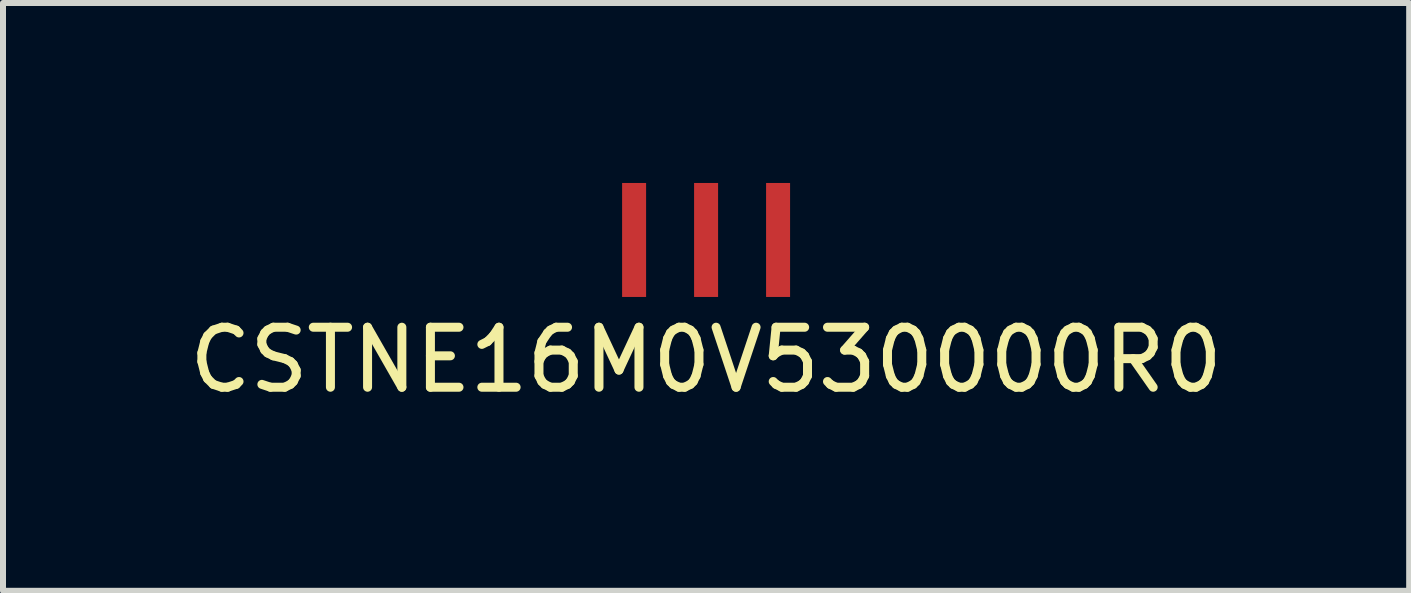
<source format=kicad_pcb>
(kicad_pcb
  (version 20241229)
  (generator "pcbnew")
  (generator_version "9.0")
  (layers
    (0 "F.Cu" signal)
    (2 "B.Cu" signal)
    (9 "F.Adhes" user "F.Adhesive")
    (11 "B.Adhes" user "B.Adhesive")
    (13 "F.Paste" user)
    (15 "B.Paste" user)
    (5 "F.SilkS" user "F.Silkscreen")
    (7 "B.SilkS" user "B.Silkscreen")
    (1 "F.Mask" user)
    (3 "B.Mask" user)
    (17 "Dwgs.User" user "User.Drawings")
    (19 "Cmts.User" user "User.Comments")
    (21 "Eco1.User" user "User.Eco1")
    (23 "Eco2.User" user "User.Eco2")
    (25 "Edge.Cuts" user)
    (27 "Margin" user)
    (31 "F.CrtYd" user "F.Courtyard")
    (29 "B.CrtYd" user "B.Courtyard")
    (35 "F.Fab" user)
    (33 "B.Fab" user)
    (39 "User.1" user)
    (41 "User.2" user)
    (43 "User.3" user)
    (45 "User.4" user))
  (footprint "CSTNE16M0V530000R0"
    (layer "F.Cu")
    (at 8.72 0.95)
    (property "Reference" "CSTNE16M0V530000R0" (at 0 2 0) (layer "F.SilkS") (effects (font (size 1 1) (thickness 0.15))))
    (attr through_hole)
    (pad "1" smd rect (at -1.2 0) (size 0.4 1.9) (layers "F.Cu" "F.Mask" "F.Paste"))
    (pad "2" smd rect (at 0 0) (size 0.4 1.9) (layers "F.Cu" "F.Mask" "F.Paste"))
    (pad "3" smd rect (at 1.2 0) (size 0.4 1.9) (layers "F.Cu" "F.Mask" "F.Paste")))
  (gr_rect
    (start -3 -3)
    (end 20.44 6.798)
    (stroke (width 0.1) (type default))
    (fill no)
    (layer "Edge.Cuts")))
</source>
